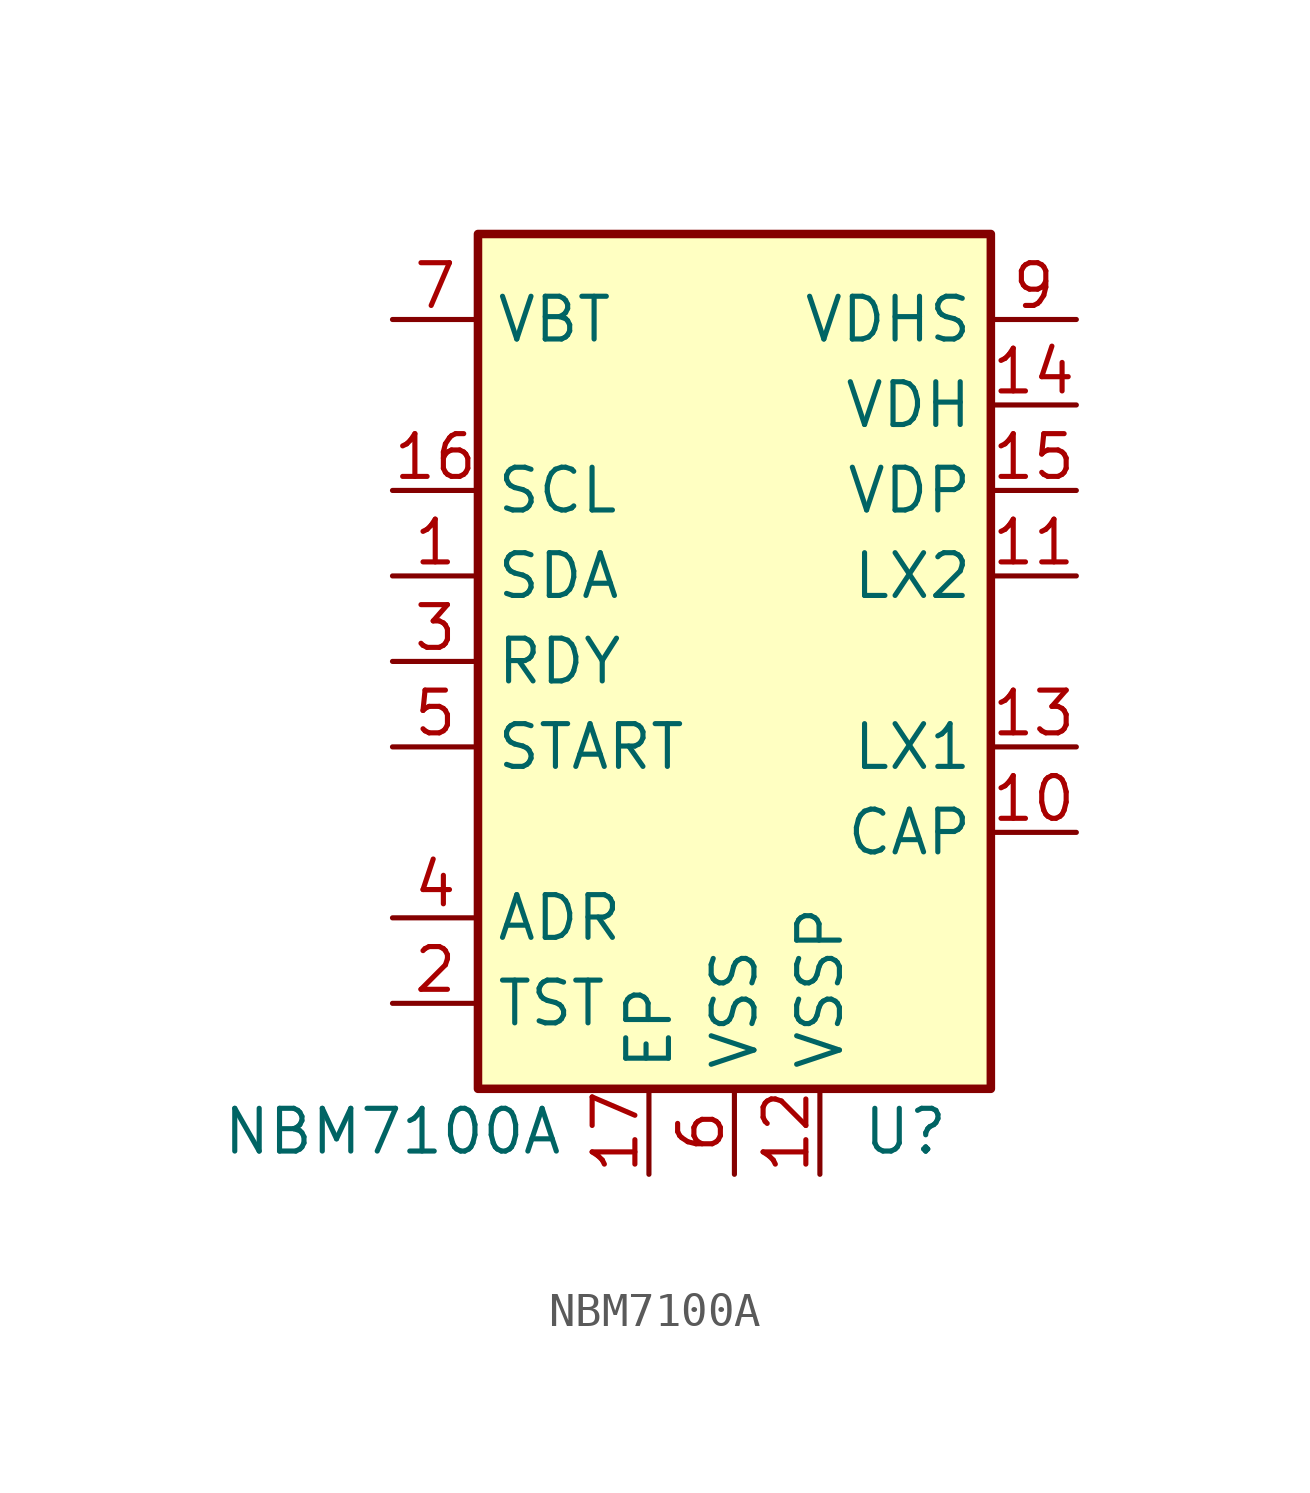
<source format=kicad_sym>
(kicad_symbol_lib
  (version 20220914)
  (generator kicad_symbol_editor)
  (symbol "NBM7100A"
    (property "Reference" "U"
      (at 5.08 -13.97 0)
      (effects (font (size 1.27 1.27))))
    (property "Value" "NBM7100A"
      (at -10.16 -13.97 0)
      (effects (font (size 1.27 1.27))))
    (symbol "NBM7100A_0_1"
      (rectangle (start 7.62 -12.7) (end -7.62 12.7) (stroke (width 0.254) (type default)) (fill (type background))))
    (symbol "NBM7100A_1_1"
      (pin bidirectional line (at -10.16 2.54 0) (length 2.54) (name "SDA" (effects (font (size 1.27 1.27)))) (number "1" (effects (font (size 1.27 1.27)))))
      (pin passive line (at 10.16 -5.08 180) (length 2.54) (name "CAP" (effects (font (size 1.27 1.27)))) (number "10" (effects (font (size 1.27 1.27)))))
      (pin passive line (at 10.16 2.54 180) (length 2.54) (name "LX2" (effects (font (size 1.27 1.27)))) (number "11" (effects (font (size 1.27 1.27)))))
      (pin power_in line (at 2.54 -15.24 90) (length 2.54) (name "VSSP" (effects (font (size 1.27 1.27)))) (number "12" (effects (font (size 1.27 1.27)))))
      (pin passive line (at 10.16 -2.54 180) (length 2.54) (name "LX1" (effects (font (size 1.27 1.27)))) (number "13" (effects (font (size 1.27 1.27)))))
      (pin power_out line (at 10.16 7.62 180) (length 2.54) (name "VDH" (effects (font (size 1.27 1.27)))) (number "14" (effects (font (size 1.27 1.27)))))
      (pin power_out line (at 10.16 5.08 180) (length 2.54) (name "VDP" (effects (font (size 1.27 1.27)))) (number "15" (effects (font (size 1.27 1.27)))))
      (pin input line (at -10.16 5.08 0) (length 2.54) (name "SCL" (effects (font (size 1.27 1.27)))) (number "16" (effects (font (size 1.27 1.27)))))
      (pin power_in line (at -2.54 -15.24 90) (length 2.54) (name "EP" (effects (font (size 1.27 1.27)))) (number "17" (effects (font (size 1.27 1.27)))))
      (pin input line (at -10.16 -10.16 0) (length 2.54) (name "TST" (effects (font (size 1.27 1.27)))) (number "2" (effects (font (size 1.27 1.27)))))
      (pin output line (at -10.16 0 0) (length 2.54) (name "RDY" (effects (font (size 1.27 1.27)))) (number "3" (effects (font (size 1.27 1.27)))))
      (pin input line (at -10.16 -7.62 0) (length 2.54) (name "ADR" (effects (font (size 1.27 1.27)))) (number "4" (effects (font (size 1.27 1.27)))))
      (pin input line (at -10.16 -2.54 0) (length 2.54) (name "START" (effects (font (size 1.27 1.27)))) (number "5" (effects (font (size 1.27 1.27)))))
      (pin power_in line (at 0 -15.24 90) (length 2.54) (name "VSS" (effects (font (size 1.27 1.27)))) (number "6" (effects (font (size 1.27 1.27)))))
      (pin power_in line (at -10.16 10.16 0) (length 2.54) (name "VBT" (effects (font (size 1.27 1.27)))) (number "7" (effects (font (size 1.27 1.27)))))
      (pin no_connect line (at 10.16 -10.16 180) (length 2.54) hide (name "NC" (effects (font (size 1.27 1.27)))) (number "8" (effects (font (size 1.27 1.27)))))
      (pin power_out line (at 10.16 10.16 180) (length 2.54) (name "VDHS" (effects (font (size 1.27 1.27)))) (number "9" (effects (font (size 1.27 1.27))))))))
</source>
